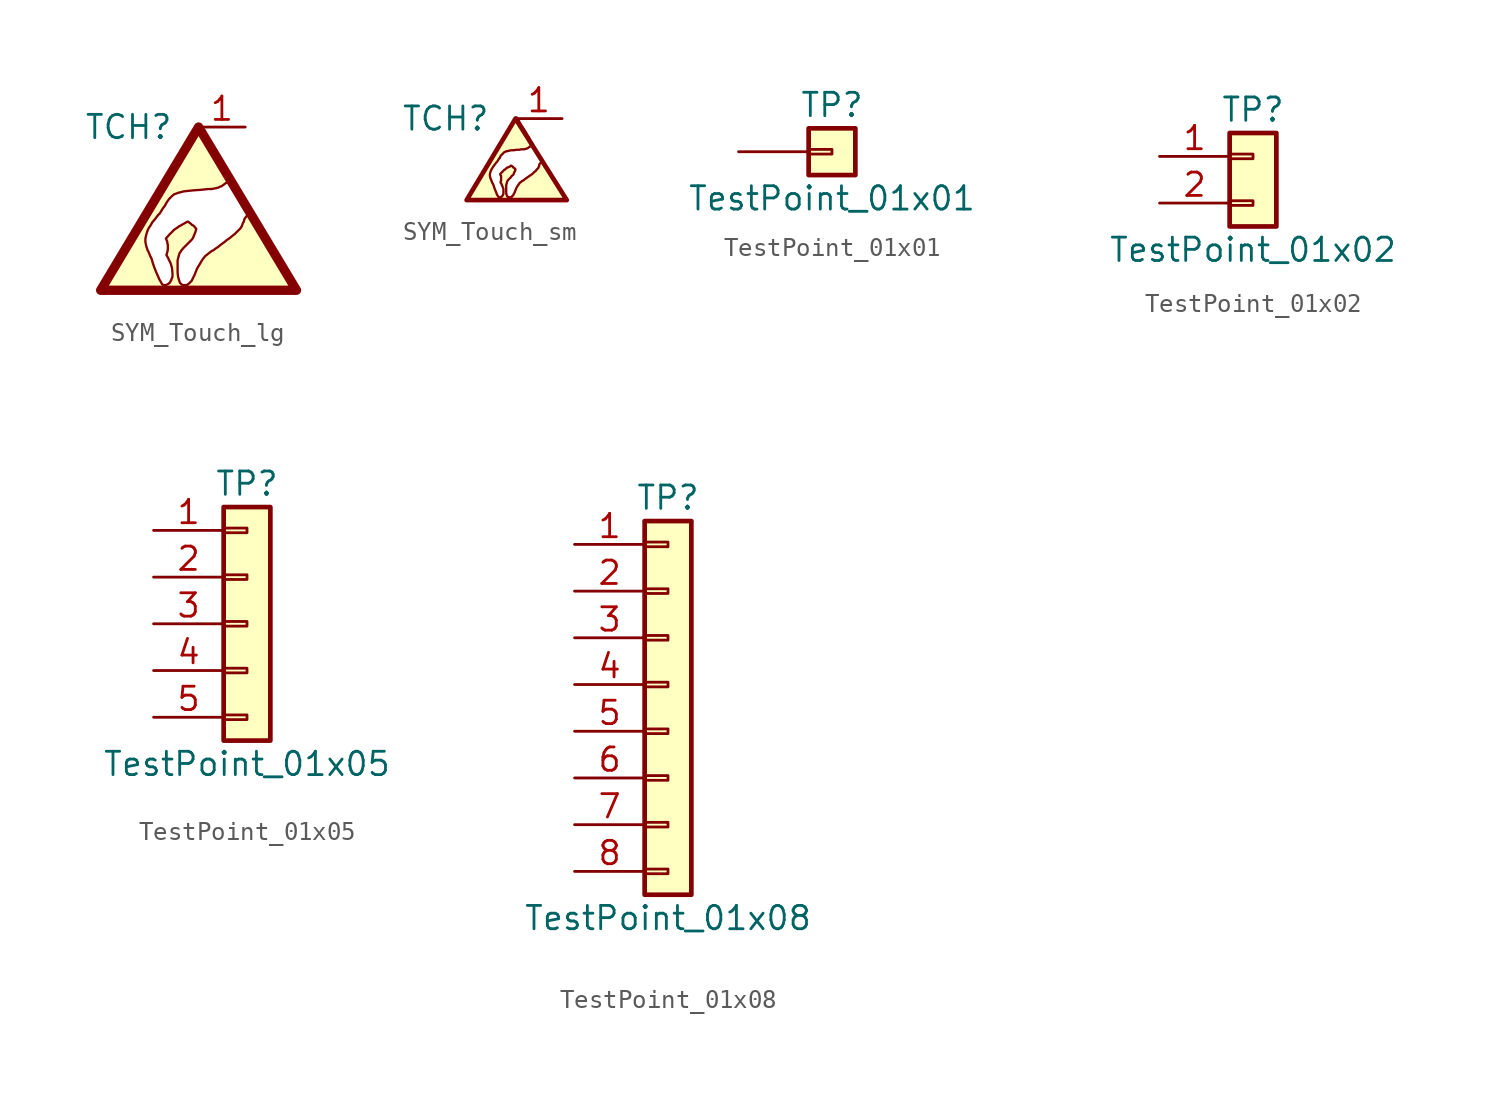
<source format=kicad_sym>
(kicad_symbol_lib
  (version 20220914)
  (generator kicad_symbol_editor)
  (symbol "SYM_Touch_lg"
    (pin_names
      (offset 1.016))
    (property "Reference" "TCH"
      (at -3.81 3.81 0)
      (effects (font (size 1.27 1.27))))
    (symbol "SYM_Touch_lg_0_0"
      (polyline (pts (xy 0.483 -5.131) (xy 5.385 -5.131) (xy 5.385 -5.105) (xy 5.334 -5.055) (xy 5.283 -4.953) (xy 5.207 -4.826) (xy 5.004 -4.47) (xy 4.877 -4.267) (xy 4.75 -4.039) (xy 4.14 -3.023) (xy 3.988 -2.743) (xy 3.531 -1.981) (xy 3.404 -1.753) (xy 3.277 -1.549) (xy 3.15 -1.372) (xy 3.073 -1.194) (xy 2.997 -1.067) (xy 2.921 -0.965) (xy 2.896 -0.889) (xy 2.845 -0.838) (xy 2.819 -0.864) (xy 2.769 -0.889) (xy 2.591 -1.067) (xy 2.489 -1.219) (xy 2.464 -1.346) (xy 2.413 -1.422) (xy 2.362 -1.575) (xy 2.286 -1.702) (xy 1.981 -2.007) (xy 1.854 -2.108) (xy 1.702 -2.235) (xy 1.549 -2.337) (xy 1.397 -2.464) (xy 1.219 -2.591) (xy 1.067 -2.718) (xy 0.914 -2.819) (xy 0.813 -2.896) (xy 0.711 -2.946) (xy 0.61 -3.023) (xy 0.356 -3.226) (xy 0.254 -3.353) (xy 0.152 -3.505) (xy 0.051 -3.683) (xy -0.076 -3.886) (xy -0.229 -4.267) (xy -0.381 -4.572) (xy -0.533 -4.724) (xy -0.61 -4.775) (xy -0.635 -4.801) (xy -0.838 -4.801) (xy -0.914 -4.775) (xy -1.016 -4.674) (xy -1.067 -4.521) (xy -1.118 -4.343) (xy -1.143 -4.115) (xy -1.143 -3.454) (xy -1.092 -3.251) (xy -1.041 -3.073) (xy -0.94 -2.921) (xy -0.838 -2.794) (xy -0.381 -2.337) (xy -0.305 -2.235) (xy -0.203 -1.981) (xy -0.178 -1.93) (xy -0.152 -1.829) (xy -0.127 -1.753) (xy -0.127 -1.727) (xy -0.203 -1.651) (xy -0.254 -1.575) (xy -0.356 -1.524) (xy -0.432 -1.448) (xy -0.508 -1.397) (xy -0.559 -1.346) (xy -0.61 -1.346) (xy -0.66 -1.372) (xy -0.737 -1.422) (xy -0.838 -1.473) (xy -0.965 -1.549) (xy -1.067 -1.6) (xy -1.168 -1.676) (xy -1.321 -1.778) (xy -1.6 -2.057) (xy -1.778 -2.261) (xy -1.727 -2.388) (xy -1.702 -2.438) (xy -1.702 -2.515) (xy -1.676 -2.591) (xy -1.676 -2.87) (xy -1.702 -2.997) (xy -1.727 -3.073) (xy -1.727 -3.099) (xy -1.753 -3.15) (xy -1.702 -3.251) (xy -1.651 -3.327) (xy -1.651 -3.353) (xy -1.524 -3.607) (xy -1.448 -3.861) (xy -1.422 -4.14) (xy -1.422 -4.343) (xy -1.448 -4.42) (xy -1.473 -4.47) (xy -1.499 -4.547) (xy -1.575 -4.674) (xy -1.676 -4.75) (xy -1.778 -4.801) (xy -1.88 -4.801) (xy -1.956 -4.775) (xy -2.007 -4.724) (xy -2.057 -4.623) (xy -2.134 -4.496) (xy -2.21 -4.318) (xy -2.311 -4.089) (xy -2.413 -3.835) (xy -2.515 -3.531) (xy -2.515 -3.505) (xy -2.565 -3.353) (xy -2.642 -3.2) (xy -2.743 -2.946) (xy -2.769 -2.921) (xy -2.845 -2.692) (xy -2.896 -2.464) (xy -2.896 -2.261) (xy -2.845 -2.032) (xy -2.769 -1.803) (xy -2.718 -1.702) (xy -2.616 -1.549) (xy -2.515 -1.372) (xy -2.362 -1.194) (xy -2.21 -0.991) (xy -2.108 -0.889) (xy -1.956 -0.635) (xy -1.88 -0.533) (xy -1.854 -0.508) (xy -1.727 -0.279) (xy -1.6 -0.102) (xy -1.448 0.051) (xy -1.321 0.152) (xy -1.168 0.203) (xy -1.118 0.229) (xy -0.991 0.254) (xy -0.813 0.305) (xy -0.584 0.33) (xy -0.33 0.356) (xy -0.025 0.381) (xy 0.025 0.381) (xy 0.279 0.406) (xy 0.508 0.432) (xy 0.686 0.432) (xy 0.838 0.457) (xy 0.965 0.483) (xy 1.067 0.508) (xy 1.168 0.559) (xy 1.245 0.584) (xy 1.321 0.635) (xy 1.524 0.787) (xy 1.727 0.991) (xy 1.727 1.041) (xy 1.702 1.092) (xy 1.651 1.168) (xy 1.6 1.27) (xy 1.499 1.422) (xy 1.422 1.6) (xy 1.168 2.007) (xy 1.041 2.235) (xy 0.66 2.87) (xy 0.508 3.099) (xy 0.406 3.302) (xy 0.305 3.454) (xy 0.229 3.581) (xy 0.152 3.683) (xy 0.102 3.759) (xy 0.051 3.861) (xy 0.025 3.886) (xy -0.051 3.886) (xy -0.051 3.861) (xy -0.127 3.785) (xy -0.152 3.734) (xy -0.203 3.658) (xy -0.254 3.556) (xy -0.406 3.302) (xy -0.508 3.15) (xy -0.61 2.972) (xy -0.737 2.769) (xy -1.041 2.261) (xy -1.219 1.956) (xy -1.422 1.626) (xy -1.88 0.864) (xy -2.134 0.406) (xy -2.438 -0.076) (xy -2.743 -0.61) (xy -2.921 -0.889) (xy -3.429 -1.753) (xy -3.658 -2.159) (xy -3.886 -2.54) (xy -4.115 -2.896) (xy -4.318 -3.251) (xy -4.521 -3.581) (xy -4.674 -3.886) (xy -4.851 -4.14) (xy -4.978 -4.394) (xy -5.105 -4.597) (xy -5.232 -4.775) (xy -5.359 -5.029) (xy -5.41 -5.105) (xy -5.41 -5.131) (xy -0.711 -5.131) (xy -0.025 -5.156) (xy 0.483 -5.131)) (stroke (width 0.127) (type default)) (fill (type background))))
    (symbol "SYM_Touch_lg_0_1"
      (polyline (pts (xy -5.334 -5.08) (xy 5.334 -5.08) (xy 0 3.81) (xy -5.334 -5.08)) (stroke (width 0.508) (type default)) (fill (type none))))
    (symbol "SYM_Touch_lg_1_1"
      (pin passive line (at 2.54 3.81 180) (length 2.54) (name "" (effects (font (size 1.27 1.27)))) (number "1" (effects (font (size 1.27 1.27)))))))
  (symbol "SYM_Touch_sm"
    (pin_names
      (offset 1.016))
    (property "Reference" "TCH"
      (at -3.81 2.54 0)
      (effects (font (size 1.27 1.27))))
    (symbol "SYM_Touch_sm_0_0"
      (polyline (pts (xy -2.667 -1.905) (xy 2.794 -1.905) (xy 0 2.54) (xy -2.667 -1.905)) (stroke (width 0.254) (type default)) (fill (type none)))
      (polyline (pts (xy 2.743 -1.905) (xy 2.718 -1.88) (xy 2.616 -1.676) (xy 2.565 -1.6) (xy 2.489 -1.499) (xy 2.438 -1.372) (xy 1.753 -0.229) (xy 1.702 -0.127) (xy 1.626 -0.051) (xy 1.6 0.051) (xy 1.549 0.102) (xy 1.499 0.203) (xy 1.473 0.229) (xy 1.473 0.203) (xy 1.448 0.203) (xy 1.321 0.076) (xy 1.295 0.025) (xy 1.295 -0.025) (xy 1.27 -0.076) (xy 1.245 -0.152) (xy 1.143 -0.254) (xy 1.092 -0.33) (xy 1.041 -0.356) (xy 0.914 -0.483) (xy 0.762 -0.584) (xy 0.66 -0.66) (xy 0.508 -0.762) (xy 0.457 -0.813) (xy 0.356 -0.864) (xy 0.305 -0.914) (xy 0.229 -0.965) (xy 0.076 -1.194) (xy 0.025 -1.295) (xy -0.025 -1.422) (xy -0.051 -1.499) (xy -0.102 -1.575) (xy -0.127 -1.651) (xy -0.178 -1.676) (xy -0.203 -1.727) (xy -0.254 -1.753) (xy -0.406 -1.753) (xy -0.406 -1.727) (xy -0.457 -1.702) (xy -0.483 -1.626) (xy -0.508 -1.524) (xy -0.508 -1.092) (xy -0.457 -0.889) (xy -0.406 -0.813) (xy -0.254 -0.66) (xy -0.203 -0.584) (xy -0.127 -0.533) (xy -0.102 -0.483) (xy -0.076 -0.406) (xy -0.051 -0.356) (xy -0.025 -0.33) (xy -0.025 -0.279) (xy 0 -0.229) (xy -0.076 -0.152) (xy -0.127 -0.127) (xy -0.152 -0.076) (xy -0.203 -0.051) (xy -0.229 -0.025) (xy -0.254 -0.025) (xy -0.305 -0.076) (xy -0.356 -0.102) (xy -0.432 -0.127) (xy -0.483 -0.152) (xy -0.559 -0.229) (xy -0.61 -0.254) (xy -0.838 -0.483) (xy -0.813 -0.559) (xy -0.787 -0.584) (xy -0.787 -0.864) (xy -0.813 -0.889) (xy -0.813 -0.965) (xy -0.762 -1.016) (xy -0.762 -1.041) (xy -0.66 -1.295) (xy -0.66 -1.575) (xy -0.686 -1.6) (xy -0.686 -1.626) (xy -0.737 -1.702) (xy -0.838 -1.753) (xy -0.914 -1.753) (xy -0.94 -1.727) (xy -0.965 -1.676) (xy -1.016 -1.6) (xy -1.041 -1.524) (xy -1.143 -1.27) (xy -1.219 -1.041) (xy -1.27 -0.965) (xy -1.295 -0.889) (xy -1.321 -0.838) (xy -1.321 -0.813) (xy -1.372 -0.711) (xy -1.397 -0.584) (xy -1.397 -0.483) (xy -1.372 -0.381) (xy -1.321 -0.254) (xy -1.295 -0.203) (xy -1.194 -0.051) (xy -1.041 0.152) (xy -0.991 0.203) (xy -0.965 0.254) (xy -0.914 0.33) (xy -0.889 0.381) (xy -0.864 0.381) (xy -0.813 0.508) (xy -0.61 0.711) (xy -0.533 0.737) (xy -0.508 0.762) (xy -0.432 0.762) (xy -0.356 0.787) (xy -0.229 0.813) (xy -0.102 0.813) (xy 0.051 0.838) (xy 0.203 0.838) (xy 0.305 0.864) (xy 0.483 0.864) (xy 0.533 0.889) (xy 0.584 0.889) (xy 0.686 0.94) (xy 0.711 0.965) (xy 0.762 0.991) (xy 0.813 1.041) (xy 0.864 1.067) (xy 0.889 1.118) (xy 0.914 1.143) (xy 0.914 1.194) (xy 0.889 1.219) (xy 0.864 1.27) (xy 0.813 1.346) (xy 0.711 1.549) (xy 0.635 1.651) (xy 0.584 1.753) (xy 0.508 1.88) (xy 0.457 1.956) (xy 0.381 2.083) (xy 0.305 2.184) (xy 0.254 2.286) (xy 0.203 2.362) (xy 0.178 2.438) (xy 0.102 2.515) (xy 0.102 2.54) (xy 0.076 2.565) (xy 0.076 2.591) (xy 0.025 2.591) (xy 0.025 2.565) (xy -0.025 2.515) (xy -0.102 2.362) (xy -0.254 2.134) (xy -0.305 2.032) (xy -0.457 1.778) (xy -0.559 1.626) (xy -0.762 1.27) (xy -0.889 1.067) (xy -1.016 0.838) (xy -1.168 0.61) (xy -1.321 0.33) (xy -1.397 0.203) (xy -1.524 -0.025) (xy -1.778 -0.432) (xy -1.88 -0.635) (xy -2.007 -0.813) (xy -2.108 -0.991) (xy -2.21 -1.143) (xy -2.286 -1.295) (xy -2.438 -1.549) (xy -2.489 -1.651) (xy -2.565 -1.753) (xy -2.591 -1.829) (xy -2.616 -1.88) (xy -2.642 -1.905) (xy -2.642 -1.93) (xy 2.743 -1.93) (xy 2.743 -1.905)) (stroke (width 0.127) (type default)) (fill (type background))))
    (symbol "SYM_Touch_sm_1_1"
      (pin passive line (at 2.54 2.54 180) (length 2.54) (name "" (effects (font (size 1.27 1.27)))) (number "1" (effects (font (size 1.27 1.27)))))))
  (symbol "TestPoint_01x01"
    (pin_numbers hide)
    (pin_names
      (offset 1.016) hide)
    (property "Reference" "TP"
      (at 0 2.54 0)
      (effects (font (size 1.27 1.27))))
    (property "Value" "TestPoint_01x01"
      (at 0 -2.54 0)
      (effects (font (size 1.27 1.27))))
    (symbol "TestPoint_01x01_1_1"
      (rectangle (start -1.27 0.127) (end 0 -0.127) (stroke (width 0.152) (type default)) (fill (type none)))
      (rectangle (start -1.27 1.27) (end 1.27 -1.27) (stroke (width 0.254) (type default)) (fill (type background)))
      (pin passive line (at -5.08 0 0) (length 3.81) (name "Pin_1" (effects (font (size 1.27 1.27)))) (number "1" (effects (font (size 1.27 1.27)))))))
  (symbol "TestPoint_01x02"
    (pin_names
      (offset 1.016) hide)
    (property "Reference" "TP"
      (at 0 2.54 0)
      (effects (font (size 1.27 1.27))))
    (property "Value" "TestPoint_01x02"
      (at 0 -5.08 0)
      (effects (font (size 1.27 1.27))))
    (symbol "TestPoint_01x02_1_1"
      (rectangle (start -1.27 -2.413) (end 0 -2.667) (stroke (width 0.152) (type default)) (fill (type none)))
      (rectangle (start -1.27 0.127) (end 0 -0.127) (stroke (width 0.152) (type default)) (fill (type none)))
      (rectangle (start -1.27 1.27) (end 1.27 -3.81) (stroke (width 0.254) (type default)) (fill (type background)))
      (pin passive line (at -5.08 0 0) (length 3.81) (name "Pin_1" (effects (font (size 1.27 1.27)))) (number "1" (effects (font (size 1.27 1.27)))))
      (pin passive line (at -5.08 -2.54 0) (length 3.81) (name "Pin_2" (effects (font (size 1.27 1.27)))) (number "2" (effects (font (size 1.27 1.27)))))))
  (symbol "TestPoint_01x05"
    (pin_names
      (offset 1.016) hide)
    (property "Reference" "TP"
      (at 0 7.62 0)
      (effects (font (size 1.27 1.27))))
    (property "Value" "TestPoint_01x05"
      (at 0 -7.62 0)
      (effects (font (size 1.27 1.27))))
    (symbol "TestPoint_01x05_1_1"
      (rectangle (start -1.27 -4.953) (end 0 -5.207) (stroke (width 0.152) (type default)) (fill (type none)))
      (rectangle (start -1.27 -2.413) (end 0 -2.667) (stroke (width 0.152) (type default)) (fill (type none)))
      (rectangle (start -1.27 0.127) (end 0 -0.127) (stroke (width 0.152) (type default)) (fill (type none)))
      (rectangle (start -1.27 2.667) (end 0 2.413) (stroke (width 0.152) (type default)) (fill (type none)))
      (rectangle (start -1.27 5.207) (end 0 4.953) (stroke (width 0.152) (type default)) (fill (type none)))
      (rectangle (start -1.27 6.35) (end 1.27 -6.35) (stroke (width 0.254) (type default)) (fill (type background)))
      (pin passive line (at -5.08 5.08 0) (length 3.81) (name "Pin_1" (effects (font (size 1.27 1.27)))) (number "1" (effects (font (size 1.27 1.27)))))
      (pin passive line (at -5.08 2.54 0) (length 3.81) (name "Pin_2" (effects (font (size 1.27 1.27)))) (number "2" (effects (font (size 1.27 1.27)))))
      (pin passive line (at -5.08 0 0) (length 3.81) (name "Pin_3" (effects (font (size 1.27 1.27)))) (number "3" (effects (font (size 1.27 1.27)))))
      (pin passive line (at -5.08 -2.54 0) (length 3.81) (name "Pin_4" (effects (font (size 1.27 1.27)))) (number "4" (effects (font (size 1.27 1.27)))))
      (pin passive line (at -5.08 -5.08 0) (length 3.81) (name "Pin_5" (effects (font (size 1.27 1.27)))) (number "5" (effects (font (size 1.27 1.27)))))))
  (symbol "TestPoint_01x08"
    (pin_names
      (offset 1.016) hide)
    (property "Reference" "TP"
      (at 0 10.16 0)
      (effects (font (size 1.27 1.27))))
    (property "Value" "TestPoint_01x08"
      (at 0 -12.7 0)
      (effects (font (size 1.27 1.27))))
    (symbol "TestPoint_01x08_1_1"
      (rectangle (start -1.27 -10.033) (end 0 -10.287) (stroke (width 0.152) (type default)) (fill (type none)))
      (rectangle (start -1.27 -7.493) (end 0 -7.747) (stroke (width 0.152) (type default)) (fill (type none)))
      (rectangle (start -1.27 -4.953) (end 0 -5.207) (stroke (width 0.152) (type default)) (fill (type none)))
      (rectangle (start -1.27 -2.413) (end 0 -2.667) (stroke (width 0.152) (type default)) (fill (type none)))
      (rectangle (start -1.27 0.127) (end 0 -0.127) (stroke (width 0.152) (type default)) (fill (type none)))
      (rectangle (start -1.27 2.667) (end 0 2.413) (stroke (width 0.152) (type default)) (fill (type none)))
      (rectangle (start -1.27 5.207) (end 0 4.953) (stroke (width 0.152) (type default)) (fill (type none)))
      (rectangle (start -1.27 7.747) (end 0 7.493) (stroke (width 0.152) (type default)) (fill (type none)))
      (rectangle (start -1.27 8.89) (end 1.27 -11.43) (stroke (width 0.254) (type default)) (fill (type background)))
      (pin passive line (at -5.08 7.62 0) (length 3.81) (name "Pin_1" (effects (font (size 1.27 1.27)))) (number "1" (effects (font (size 1.27 1.27)))))
      (pin passive line (at -5.08 5.08 0) (length 3.81) (name "Pin_2" (effects (font (size 1.27 1.27)))) (number "2" (effects (font (size 1.27 1.27)))))
      (pin passive line (at -5.08 2.54 0) (length 3.81) (name "Pin_3" (effects (font (size 1.27 1.27)))) (number "3" (effects (font (size 1.27 1.27)))))
      (pin passive line (at -5.08 0 0) (length 3.81) (name "Pin_4" (effects (font (size 1.27 1.27)))) (number "4" (effects (font (size 1.27 1.27)))))
      (pin passive line (at -5.08 -2.54 0) (length 3.81) (name "Pin_5" (effects (font (size 1.27 1.27)))) (number "5" (effects (font (size 1.27 1.27)))))
      (pin passive line (at -5.08 -5.08 0) (length 3.81) (name "Pin_6" (effects (font (size 1.27 1.27)))) (number "6" (effects (font (size 1.27 1.27)))))
      (pin passive line (at -5.08 -7.62 0) (length 3.81) (name "Pin_7" (effects (font (size 1.27 1.27)))) (number "7" (effects (font (size 1.27 1.27)))))
      (pin passive line (at -5.08 -10.16 0) (length 3.81) (name "Pin_8" (effects (font (size 1.27 1.27)))) (number "8" (effects (font (size 1.27 1.27))))))))
</source>
